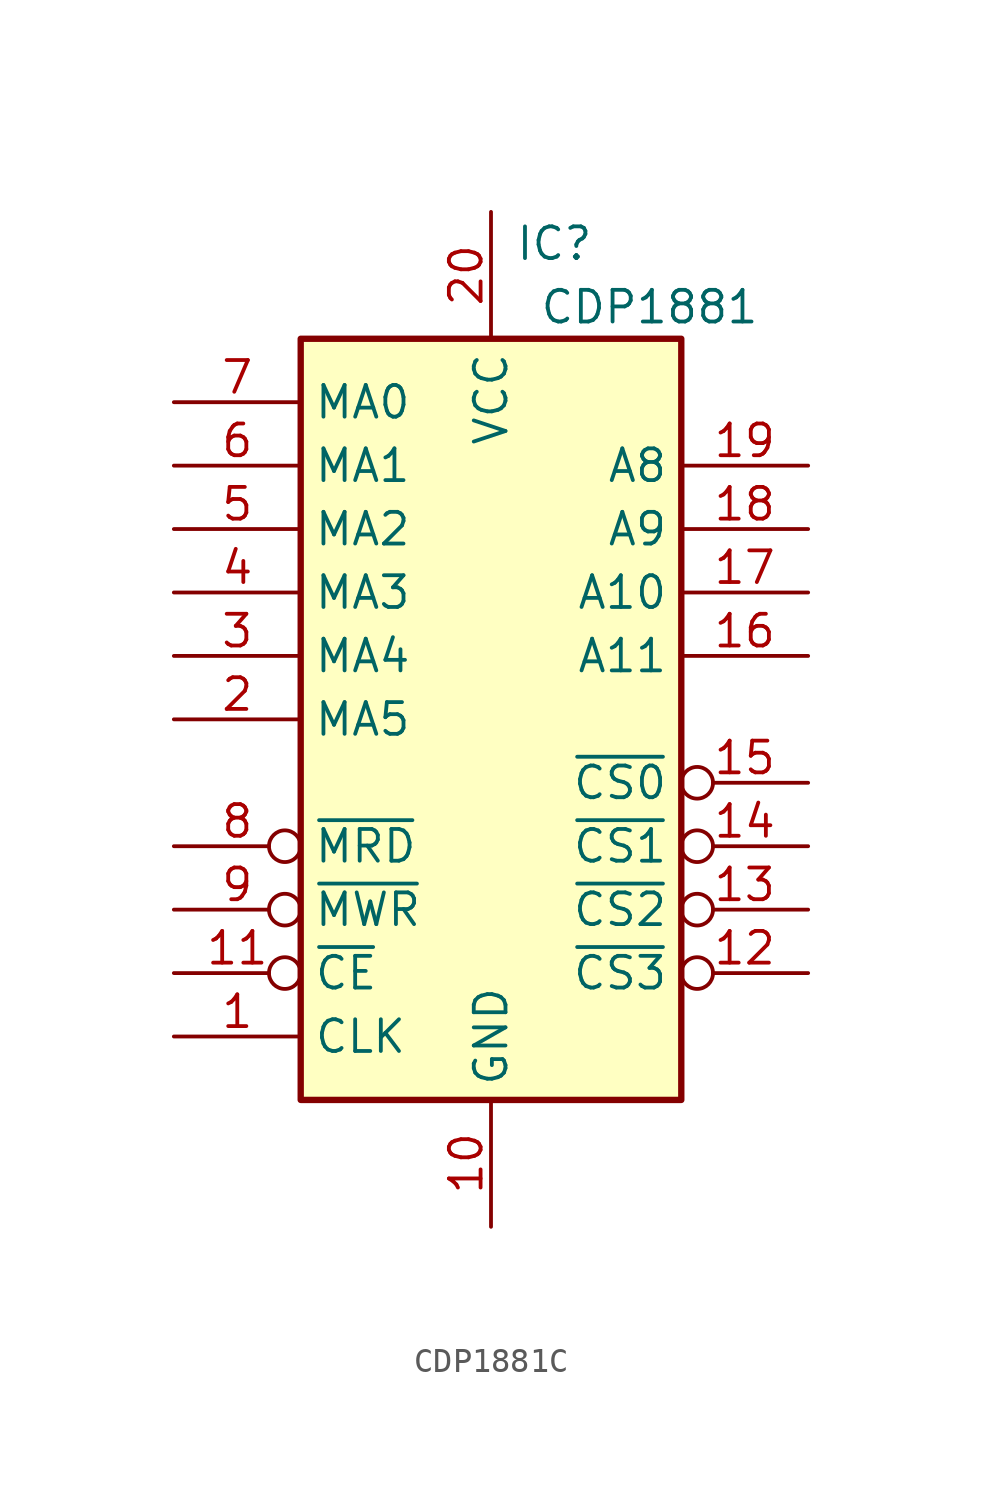
<source format=kicad_sym>
(kicad_symbol_lib
  (version 20231120)
  (generator "kicad_symbol_editor")
  (generator_version "8.0")
  (symbol "CDP1881C"
    (property "Reference" "IC"
      (at 2.54 19.05 0)
      (effects (font (size 1.27 1.27))))
    (property "Value" "CDP1881"
      (at 6.35 16.51 0)
      (effects (font (size 1.27 1.27))))
    (symbol "CDP1881C_1_0"
      (pin input line (at -12.7 -12.7 0) (length 5.08) (name "CLK" (effects (font (size 1.27 1.27)))) (number "1" (effects (font (size 1.27 1.27)))))
      (pin power_in line (at 0 -20.32 90) (length 5.08) (name "GND" (effects (font (size 1.27 1.27)))) (number "10" (effects (font (size 1.27 1.27)))))
      (pin input inverted (at -12.7 -10.16 0) (length 5.08) (name "~{CE}" (effects (font (size 1.27 1.27)))) (number "11" (effects (font (size 1.27 1.27)))))
      (pin output inverted (at 12.7 -10.16 180) (length 5.08) (name "~{CS3}" (effects (font (size 1.27 1.27)))) (number "12" (effects (font (size 1.27 1.27)))))
      (pin output inverted (at 12.7 -7.62 180) (length 5.08) (name "~{CS2}" (effects (font (size 1.27 1.27)))) (number "13" (effects (font (size 1.27 1.27)))))
      (pin output inverted (at 12.7 -5.08 180) (length 5.08) (name "~{CS1}" (effects (font (size 1.27 1.27)))) (number "14" (effects (font (size 1.27 1.27)))))
      (pin output inverted (at 12.7 -2.54 180) (length 5.08) (name "~{CS0}" (effects (font (size 1.27 1.27)))) (number "15" (effects (font (size 1.27 1.27)))))
      (pin output line (at 12.7 2.54 180) (length 5.08) (name "A11" (effects (font (size 1.27 1.27)))) (number "16" (effects (font (size 1.27 1.27)))))
      (pin output line (at 12.7 5.08 180) (length 5.08) (name "A10" (effects (font (size 1.27 1.27)))) (number "17" (effects (font (size 1.27 1.27)))))
      (pin output line (at 12.7 7.62 180) (length 5.08) (name "A9" (effects (font (size 1.27 1.27)))) (number "18" (effects (font (size 1.27 1.27)))))
      (pin output line (at 12.7 10.16 180) (length 5.08) (name "A8" (effects (font (size 1.27 1.27)))) (number "19" (effects (font (size 1.27 1.27)))))
      (pin input line (at -12.7 0 0) (length 5.08) (name "MA5" (effects (font (size 1.27 1.27)))) (number "2" (effects (font (size 1.27 1.27)))))
      (pin power_in line (at 0 20.32 270) (length 5.08) (name "VCC" (effects (font (size 1.27 1.27)))) (number "20" (effects (font (size 1.27 1.27)))))
      (pin input line (at -12.7 2.54 0) (length 5.08) (name "MA4" (effects (font (size 1.27 1.27)))) (number "3" (effects (font (size 1.27 1.27)))))
      (pin input line (at -12.7 5.08 0) (length 5.08) (name "MA3" (effects (font (size 1.27 1.27)))) (number "4" (effects (font (size 1.27 1.27)))))
      (pin input line (at -12.7 7.62 0) (length 5.08) (name "MA2" (effects (font (size 1.27 1.27)))) (number "5" (effects (font (size 1.27 1.27)))))
      (pin input line (at -12.7 10.16 0) (length 5.08) (name "MA1" (effects (font (size 1.27 1.27)))) (number "6" (effects (font (size 1.27 1.27)))))
      (pin input line (at -12.7 12.7 0) (length 5.08) (name "MA0" (effects (font (size 1.27 1.27)))) (number "7" (effects (font (size 1.27 1.27)))))
      (pin input inverted (at -12.7 -5.08 0) (length 5.08) (name "~{MRD}" (effects (font (size 1.27 1.27)))) (number "8" (effects (font (size 1.27 1.27)))))
      (pin input inverted (at -12.7 -7.62 0) (length 5.08) (name "~{MWR}" (effects (font (size 1.27 1.27)))) (number "9" (effects (font (size 1.27 1.27))))))
    (symbol "CDP1881C_1_1"
      (rectangle (start -7.62 15.24) (end 7.62 -15.24) (stroke (width 0.254) (type default)) (fill (type background))))))
</source>
